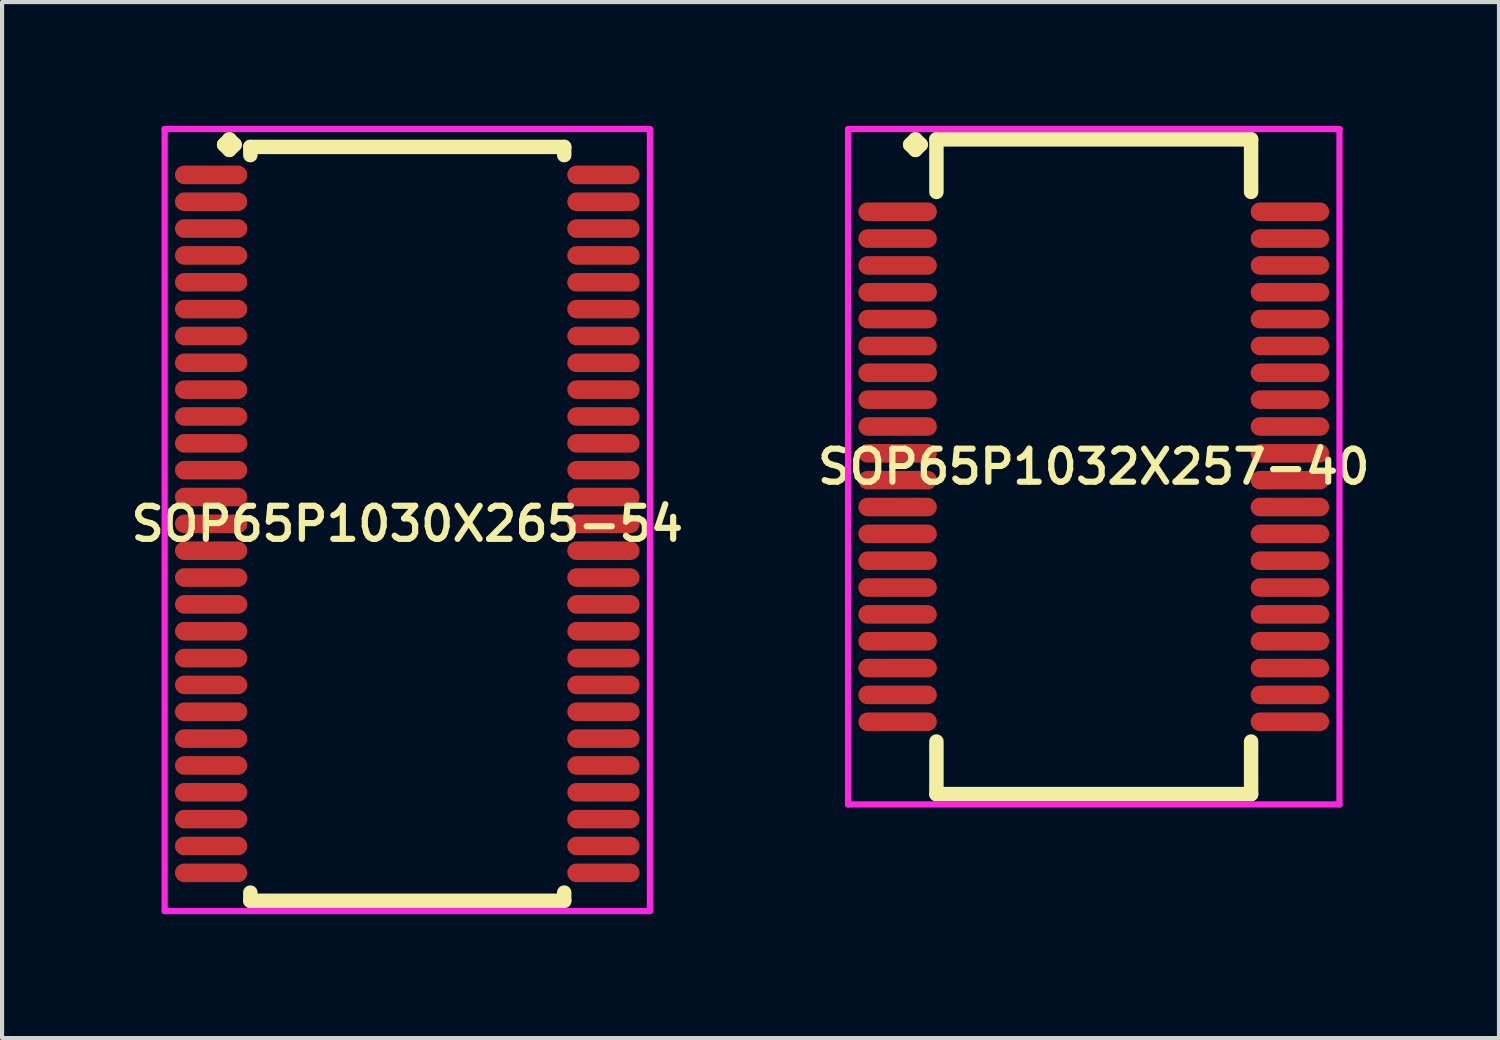
<source format=kicad_pcb>
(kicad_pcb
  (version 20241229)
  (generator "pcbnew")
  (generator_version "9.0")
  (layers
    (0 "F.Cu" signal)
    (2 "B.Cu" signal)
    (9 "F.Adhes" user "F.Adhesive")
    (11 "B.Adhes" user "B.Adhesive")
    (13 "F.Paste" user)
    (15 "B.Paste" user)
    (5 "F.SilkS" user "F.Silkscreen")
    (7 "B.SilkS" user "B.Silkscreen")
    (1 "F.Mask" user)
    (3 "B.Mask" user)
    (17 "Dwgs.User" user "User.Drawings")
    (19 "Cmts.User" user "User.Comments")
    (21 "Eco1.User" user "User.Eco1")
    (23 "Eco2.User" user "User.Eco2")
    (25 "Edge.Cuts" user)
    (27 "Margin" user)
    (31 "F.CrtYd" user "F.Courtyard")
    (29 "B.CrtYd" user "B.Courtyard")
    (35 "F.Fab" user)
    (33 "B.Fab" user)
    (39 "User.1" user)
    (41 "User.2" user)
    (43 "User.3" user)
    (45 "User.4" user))
  (footprint "SOP65P1030X265-54"
    (layer "F.Cu")
    (at 6.812 9.635)
    (property "Reference" "SOP65P1030X265-54" (at 0 0 0) (layer "F.SilkS") (effects (font (size 0.8 0.8) (thickness 0.15))))
    (attr smd)
    (fp_line (start -4.435 -9.183) (end -4.308 -9.31) (stroke (width 0.35) (type solid)) (layer "F.SilkS"))
    (fp_line (start -4.308 -9.31) (end -4.181 -9.183) (stroke (width 0.35) (type solid)) (layer "F.SilkS"))
    (fp_line (start -4.308 -9.056) (end -4.435 -9.183) (stroke (width 0.35) (type solid)) (layer "F.SilkS"))
    (fp_line (start -4.181 -9.183) (end -4.308 -9.056) (stroke (width 0.35) (type solid)) (layer "F.SilkS"))
    (fp_line (start -3.8 -9.127) (end 3.8 -9.127) (stroke (width 0.35) (type solid)) (layer "F.SilkS"))
    (fp_line (start -3.8 -8.929) (end -3.8 -9.127) (stroke (width 0.35) (type solid)) (layer "F.SilkS"))
    (fp_line (start -3.8 8.929) (end -3.8 9.127) (stroke (width 0.35) (type solid)) (layer "F.SilkS"))
    (fp_line (start -3.8 9.127) (end 3.8 9.127) (stroke (width 0.35) (type solid)) (layer "F.SilkS"))
    (fp_line (start 3.8 -9.127) (end 3.8 -8.929) (stroke (width 0.35) (type solid)) (layer "F.SilkS"))
    (fp_line (start 3.8 9.127) (end 3.8 8.929) (stroke (width 0.35) (type solid)) (layer "F.SilkS"))
    (fp_line (start -5.875 -9.56) (end 5.875 -9.56) (stroke (width 0.15) (type solid)) (layer "F.CrtYd"))
    (fp_line (start -5.875 9.377) (end -5.875 -9.56) (stroke (width 0.15) (type solid)) (layer "F.CrtYd"))
    (fp_line (start 5.875 -9.56) (end 5.875 9.377) (stroke (width 0.15) (type solid)) (layer "F.CrtYd"))
    (fp_line (start 5.875 9.377) (end -5.875 9.377) (stroke (width 0.15) (type solid)) (layer "F.CrtYd"))
    (pad "1" smd oval (at -4.75 -8.45) (size 1.75 0.45) (layers "F.Cu" "F.Mask" "F.Paste"))
    (pad "2" smd oval (at -4.75 -7.8) (size 1.75 0.45) (layers "F.Cu" "F.Mask" "F.Paste"))
    (pad "3" smd oval (at -4.75 -7.15) (size 1.75 0.45) (layers "F.Cu" "F.Mask" "F.Paste"))
    (pad "4" smd oval (at -4.75 -6.5) (size 1.75 0.45) (layers "F.Cu" "F.Mask" "F.Paste"))
    (pad "5" smd oval (at -4.75 -5.85) (size 1.75 0.45) (layers "F.Cu" "F.Mask" "F.Paste"))
    (pad "6" smd oval (at -4.75 -5.2) (size 1.75 0.45) (layers "F.Cu" "F.Mask" "F.Paste"))
    (pad "7" smd oval (at -4.75 -4.55) (size 1.75 0.45) (layers "F.Cu" "F.Mask" "F.Paste"))
    (pad "8" smd oval (at -4.75 -3.9) (size 1.75 0.45) (layers "F.Cu" "F.Mask" "F.Paste"))
    (pad "9" smd oval (at -4.75 -3.25) (size 1.75 0.45) (layers "F.Cu" "F.Mask" "F.Paste"))
    (pad "10" smd oval (at -4.75 -2.6) (size 1.75 0.45) (layers "F.Cu" "F.Mask" "F.Paste"))
    (pad "11" smd oval (at -4.75 -1.95) (size 1.75 0.45) (layers "F.Cu" "F.Mask" "F.Paste"))
    (pad "12" smd oval (at -4.75 -1.3) (size 1.75 0.45) (layers "F.Cu" "F.Mask" "F.Paste"))
    (pad "13" smd oval (at -4.75 -0.65) (size 1.75 0.45) (layers "F.Cu" "F.Mask" "F.Paste"))
    (pad "14" smd oval (at -4.75 0) (size 1.75 0.45) (layers "F.Cu" "F.Mask" "F.Paste"))
    (pad "15" smd oval (at -4.75 0.65) (size 1.75 0.45) (layers "F.Cu" "F.Mask" "F.Paste"))
    (pad "16" smd oval (at -4.75 1.3) (size 1.75 0.45) (layers "F.Cu" "F.Mask" "F.Paste"))
    (pad "17" smd oval (at -4.75 1.95) (size 1.75 0.45) (layers "F.Cu" "F.Mask" "F.Paste"))
    (pad "18" smd oval (at -4.75 2.6) (size 1.75 0.45) (layers "F.Cu" "F.Mask" "F.Paste"))
    (pad "19" smd oval (at -4.75 3.25) (size 1.75 0.45) (layers "F.Cu" "F.Mask" "F.Paste"))
    (pad "20" smd oval (at -4.75 3.9) (size 1.75 0.45) (layers "F.Cu" "F.Mask" "F.Paste"))
    (pad "21" smd oval (at -4.75 4.55) (size 1.75 0.45) (layers "F.Cu" "F.Mask" "F.Paste"))
    (pad "22" smd oval (at -4.75 5.2) (size 1.75 0.45) (layers "F.Cu" "F.Mask" "F.Paste"))
    (pad "23" smd oval (at -4.75 5.85) (size 1.75 0.45) (layers "F.Cu" "F.Mask" "F.Paste"))
    (pad "24" smd oval (at -4.75 6.5) (size 1.75 0.45) (layers "F.Cu" "F.Mask" "F.Paste"))
    (pad "25" smd oval (at -4.75 7.15) (size 1.75 0.45) (layers "F.Cu" "F.Mask" "F.Paste"))
    (pad "26" smd oval (at -4.75 7.8) (size 1.75 0.45) (layers "F.Cu" "F.Mask" "F.Paste"))
    (pad "27" smd oval (at -4.75 8.45) (size 1.75 0.45) (layers "F.Cu" "F.Mask" "F.Paste"))
    (pad "28" smd oval (at 4.75 8.45) (size 1.75 0.45) (layers "F.Cu" "F.Mask" "F.Paste"))
    (pad "29" smd oval (at 4.75 7.8) (size 1.75 0.45) (layers "F.Cu" "F.Mask" "F.Paste"))
    (pad "30" smd oval (at 4.75 7.15) (size 1.75 0.45) (layers "F.Cu" "F.Mask" "F.Paste"))
    (pad "31" smd oval (at 4.75 6.5) (size 1.75 0.45) (layers "F.Cu" "F.Mask" "F.Paste"))
    (pad "32" smd oval (at 4.75 5.85) (size 1.75 0.45) (layers "F.Cu" "F.Mask" "F.Paste"))
    (pad "33" smd oval (at 4.75 5.2) (size 1.75 0.45) (layers "F.Cu" "F.Mask" "F.Paste"))
    (pad "34" smd oval (at 4.75 4.55) (size 1.75 0.45) (layers "F.Cu" "F.Mask" "F.Paste"))
    (pad "35" smd oval (at 4.75 3.9) (size 1.75 0.45) (layers "F.Cu" "F.Mask" "F.Paste"))
    (pad "36" smd oval (at 4.75 3.25) (size 1.75 0.45) (layers "F.Cu" "F.Mask" "F.Paste"))
    (pad "37" smd oval (at 4.75 2.6) (size 1.75 0.45) (layers "F.Cu" "F.Mask" "F.Paste"))
    (pad "38" smd oval (at 4.75 1.95) (size 1.75 0.45) (layers "F.Cu" "F.Mask" "F.Paste"))
    (pad "39" smd oval (at 4.75 1.3) (size 1.75 0.45) (layers "F.Cu" "F.Mask" "F.Paste"))
    (pad "40" smd oval (at 4.75 0.65) (size 1.75 0.45) (layers "F.Cu" "F.Mask" "F.Paste"))
    (pad "41" smd oval (at 4.75 0) (size 1.75 0.45) (layers "F.Cu" "F.Mask" "F.Paste"))
    (pad "42" smd oval (at 4.75 -0.65) (size 1.75 0.45) (layers "F.Cu" "F.Mask" "F.Paste"))
    (pad "43" smd oval (at 4.75 -1.3) (size 1.75 0.45) (layers "F.Cu" "F.Mask" "F.Paste"))
    (pad "44" smd oval (at 4.75 -1.95) (size 1.75 0.45) (layers "F.Cu" "F.Mask" "F.Paste"))
    (pad "45" smd oval (at 4.75 -2.6) (size 1.75 0.45) (layers "F.Cu" "F.Mask" "F.Paste"))
    (pad "46" smd oval (at 4.75 -3.25) (size 1.75 0.45) (layers "F.Cu" "F.Mask" "F.Paste"))
    (pad "47" smd oval (at 4.75 -3.9) (size 1.75 0.45) (layers "F.Cu" "F.Mask" "F.Paste"))
    (pad "48" smd oval (at 4.75 -4.55) (size 1.75 0.45) (layers "F.Cu" "F.Mask" "F.Paste"))
    (pad "49" smd oval (at 4.75 -5.2) (size 1.75 0.45) (layers "F.Cu" "F.Mask" "F.Paste"))
    (pad "50" smd oval (at 4.75 -5.85) (size 1.75 0.45) (layers "F.Cu" "F.Mask" "F.Paste"))
    (pad "51" smd oval (at 4.75 -6.5) (size 1.75 0.45) (layers "F.Cu" "F.Mask" "F.Paste"))
    (pad "52" smd oval (at 4.75 -7.15) (size 1.75 0.45) (layers "F.Cu" "F.Mask" "F.Paste"))
    (pad "53" smd oval (at 4.75 -7.8) (size 1.75 0.45) (layers "F.Cu" "F.Mask" "F.Paste"))
    (pad "54" smd oval (at 4.75 -8.45) (size 1.75 0.45) (layers "F.Cu" "F.Mask" "F.Paste")))
  (footprint "SOP65P1032X257-40"
    (layer "F.Cu")
    (at 23.435 8.252)
    (property "Reference" "SOP65P1032X257-40" (at 0 0 0) (layer "F.SilkS") (effects (font (size 0.8 0.8) (thickness 0.15))))
    (attr smd)
    (fp_line (start -4.445 -7.8) (end -4.318 -7.927) (stroke (width 0.35) (type solid)) (layer "F.SilkS"))
    (fp_line (start -4.318 -7.927) (end -4.191 -7.8) (stroke (width 0.35) (type solid)) (layer "F.SilkS"))
    (fp_line (start -4.318 -7.673) (end -4.445 -7.8) (stroke (width 0.35) (type solid)) (layer "F.SilkS"))
    (fp_line (start -4.191 -7.8) (end -4.318 -7.673) (stroke (width 0.35) (type solid)) (layer "F.SilkS"))
    (fp_line (start -3.81 -7.927) (end 3.81 -7.927) (stroke (width 0.35) (type solid)) (layer "F.SilkS"))
    (fp_line (start -3.81 -6.654) (end -3.81 -7.927) (stroke (width 0.35) (type solid)) (layer "F.SilkS"))
    (fp_line (start -3.81 6.654) (end -3.81 7.927) (stroke (width 0.35) (type solid)) (layer "F.SilkS"))
    (fp_line (start -3.81 7.927) (end 3.81 7.927) (stroke (width 0.35) (type solid)) (layer "F.SilkS"))
    (fp_line (start 3.81 -7.927) (end 3.81 -6.654) (stroke (width 0.35) (type solid)) (layer "F.SilkS"))
    (fp_line (start 3.81 7.927) (end 3.81 6.654) (stroke (width 0.35) (type solid)) (layer "F.SilkS"))
    (fp_line (start -5.95 -8.177) (end 5.95 -8.177) (stroke (width 0.15) (type solid)) (layer "F.CrtYd"))
    (fp_line (start -5.95 8.177) (end -5.95 -8.177) (stroke (width 0.15) (type solid)) (layer "F.CrtYd"))
    (fp_line (start 5.95 -8.177) (end 5.95 8.177) (stroke (width 0.15) (type solid)) (layer "F.CrtYd"))
    (fp_line (start 5.95 8.177) (end -5.95 8.177) (stroke (width 0.15) (type solid)) (layer "F.CrtYd"))
    (pad "1" smd oval (at -4.75 -6.175) (size 1.9 0.45) (layers "F.Cu" "F.Mask" "F.Paste"))
    (pad "2" smd oval (at -4.75 -5.525) (size 1.9 0.45) (layers "F.Cu" "F.Mask" "F.Paste"))
    (pad "3" smd oval (at -4.75 -4.875) (size 1.9 0.45) (layers "F.Cu" "F.Mask" "F.Paste"))
    (pad "4" smd oval (at -4.75 -4.225) (size 1.9 0.45) (layers "F.Cu" "F.Mask" "F.Paste"))
    (pad "5" smd oval (at -4.75 -3.575) (size 1.9 0.45) (layers "F.Cu" "F.Mask" "F.Paste"))
    (pad "6" smd oval (at -4.75 -2.925) (size 1.9 0.45) (layers "F.Cu" "F.Mask" "F.Paste"))
    (pad "7" smd oval (at -4.75 -2.275) (size 1.9 0.45) (layers "F.Cu" "F.Mask" "F.Paste"))
    (pad "8" smd oval (at -4.75 -1.625) (size 1.9 0.45) (layers "F.Cu" "F.Mask" "F.Paste"))
    (pad "9" smd oval (at -4.75 -0.975) (size 1.9 0.45) (layers "F.Cu" "F.Mask" "F.Paste"))
    (pad "10" smd oval (at -4.75 -0.325) (size 1.9 0.45) (layers "F.Cu" "F.Mask" "F.Paste"))
    (pad "11" smd oval (at -4.75 0.325) (size 1.9 0.45) (layers "F.Cu" "F.Mask" "F.Paste"))
    (pad "12" smd oval (at -4.75 0.975) (size 1.9 0.45) (layers "F.Cu" "F.Mask" "F.Paste"))
    (pad "13" smd oval (at -4.75 1.625) (size 1.9 0.45) (layers "F.Cu" "F.Mask" "F.Paste"))
    (pad "14" smd oval (at -4.75 2.275) (size 1.9 0.45) (layers "F.Cu" "F.Mask" "F.Paste"))
    (pad "15" smd oval (at -4.75 2.925) (size 1.9 0.45) (layers "F.Cu" "F.Mask" "F.Paste"))
    (pad "16" smd oval (at -4.75 3.575) (size 1.9 0.45) (layers "F.Cu" "F.Mask" "F.Paste"))
    (pad "17" smd oval (at -4.75 4.225) (size 1.9 0.45) (layers "F.Cu" "F.Mask" "F.Paste"))
    (pad "18" smd oval (at -4.75 4.875) (size 1.9 0.45) (layers "F.Cu" "F.Mask" "F.Paste"))
    (pad "19" smd oval (at -4.75 5.525) (size 1.9 0.45) (layers "F.Cu" "F.Mask" "F.Paste"))
    (pad "20" smd oval (at -4.75 6.175) (size 1.9 0.45) (layers "F.Cu" "F.Mask" "F.Paste"))
    (pad "21" smd oval (at 4.75 6.175) (size 1.9 0.45) (layers "F.Cu" "F.Mask" "F.Paste"))
    (pad "22" smd oval (at 4.75 5.525) (size 1.9 0.45) (layers "F.Cu" "F.Mask" "F.Paste"))
    (pad "23" smd oval (at 4.75 4.875) (size 1.9 0.45) (layers "F.Cu" "F.Mask" "F.Paste"))
    (pad "24" smd oval (at 4.75 4.225) (size 1.9 0.45) (layers "F.Cu" "F.Mask" "F.Paste"))
    (pad "25" smd oval (at 4.75 3.575) (size 1.9 0.45) (layers "F.Cu" "F.Mask" "F.Paste"))
    (pad "26" smd oval (at 4.75 2.925) (size 1.9 0.45) (layers "F.Cu" "F.Mask" "F.Paste"))
    (pad "27" smd oval (at 4.75 2.275) (size 1.9 0.45) (layers "F.Cu" "F.Mask" "F.Paste"))
    (pad "28" smd oval (at 4.75 1.625) (size 1.9 0.45) (layers "F.Cu" "F.Mask" "F.Paste"))
    (pad "29" smd oval (at 4.75 0.975) (size 1.9 0.45) (layers "F.Cu" "F.Mask" "F.Paste"))
    (pad "30" smd oval (at 4.75 0.325) (size 1.9 0.45) (layers "F.Cu" "F.Mask" "F.Paste"))
    (pad "31" smd oval (at 4.75 -0.325) (size 1.9 0.45) (layers "F.Cu" "F.Mask" "F.Paste"))
    (pad "32" smd oval (at 4.75 -0.975) (size 1.9 0.45) (layers "F.Cu" "F.Mask" "F.Paste"))
    (pad "33" smd oval (at 4.75 -1.625) (size 1.9 0.45) (layers "F.Cu" "F.Mask" "F.Paste"))
    (pad "34" smd oval (at 4.75 -2.275) (size 1.9 0.45) (layers "F.Cu" "F.Mask" "F.Paste"))
    (pad "35" smd oval (at 4.75 -2.925) (size 1.9 0.45) (layers "F.Cu" "F.Mask" "F.Paste"))
    (pad "36" smd oval (at 4.75 -3.575) (size 1.9 0.45) (layers "F.Cu" "F.Mask" "F.Paste"))
    (pad "37" smd oval (at 4.75 -4.225) (size 1.9 0.45) (layers "F.Cu" "F.Mask" "F.Paste"))
    (pad "38" smd oval (at 4.75 -4.875) (size 1.9 0.45) (layers "F.Cu" "F.Mask" "F.Paste"))
    (pad "39" smd oval (at 4.75 -5.525) (size 1.9 0.45) (layers "F.Cu" "F.Mask" "F.Paste"))
    (pad "40" smd oval (at 4.75 -6.175) (size 1.9 0.45) (layers "F.Cu" "F.Mask" "F.Paste")))
  (gr_rect
    (start -3 -3)
    (end 33.247 22.087)
    (stroke (width 0.1) (type default))
    (fill no)
    (layer "Edge.Cuts")))
</source>
